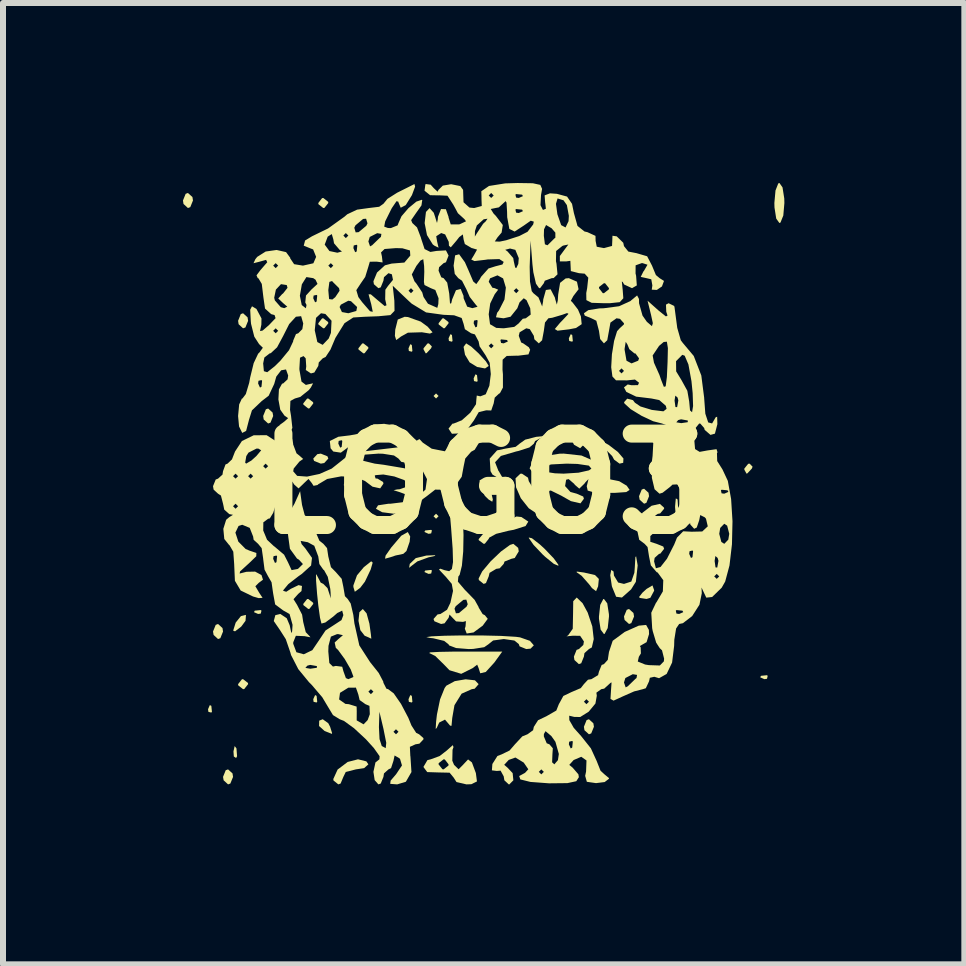
<source format=kicad_pcb>
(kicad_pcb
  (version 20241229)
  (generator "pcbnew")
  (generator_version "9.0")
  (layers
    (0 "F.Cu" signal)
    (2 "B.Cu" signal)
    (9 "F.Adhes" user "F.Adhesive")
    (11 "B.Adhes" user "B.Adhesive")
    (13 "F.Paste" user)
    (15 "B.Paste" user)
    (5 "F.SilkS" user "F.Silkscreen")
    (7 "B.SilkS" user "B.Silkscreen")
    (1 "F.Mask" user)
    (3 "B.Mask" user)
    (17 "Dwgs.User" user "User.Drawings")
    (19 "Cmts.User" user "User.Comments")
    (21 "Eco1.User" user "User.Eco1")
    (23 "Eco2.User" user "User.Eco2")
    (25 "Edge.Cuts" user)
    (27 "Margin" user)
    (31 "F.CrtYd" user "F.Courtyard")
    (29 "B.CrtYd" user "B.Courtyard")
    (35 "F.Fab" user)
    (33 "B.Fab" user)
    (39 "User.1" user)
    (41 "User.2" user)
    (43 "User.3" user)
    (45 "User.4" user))
  (footprint "LOGO3"
    (layer "F.Cu")
    (at 5.013 5.013)
    (property "Reference" "LOGO3" (at 0 0 0) (layer "F.SilkS") (effects (font (size 1.524 1.524) (thickness 0.3))))
    (attr board_only exclude_from_pos_files exclude_from_bom)
    (fp_poly (pts (xy -0.752 -1.462) (xy -0.794 -1.42) (xy -0.836 -1.462) (xy -0.794 -1.504)) (stroke (width 0) (type solid)) (fill yes) (layer "F.SilkS"))
    (fp_poly (pts (xy -0.752 0.543) (xy -0.794 0.585) (xy -0.836 0.543) (xy -0.794 0.501)) (stroke (width 0) (type solid)) (fill yes) (layer "F.SilkS"))
    (fp_poly (pts (xy -4.54 3.704) (xy -4.53 3.803) (xy -4.54 3.816) (xy -4.589 3.804) (xy -4.595 3.76) (xy -4.565 3.691)) (stroke (width 0) (type solid)) (fill yes) (layer "F.SilkS"))
    (fp_poly (pts (xy -4.121 4.413) (xy -4.111 4.543) (xy -4.127 4.573) (xy -4.165 4.548) (xy -4.171 4.463) (xy -4.151 4.374)) (stroke (width 0) (type solid)) (fill yes) (layer "F.SilkS"))
    (fp_poly (pts (xy -3.704 2.117) (xy -3.716 2.166) (xy -3.76 2.172) (xy -3.829 2.142) (xy -3.816 2.117) (xy -3.716 2.107)) (stroke (width 0) (type solid)) (fill yes) (layer "F.SilkS"))
    (fp_poly (pts (xy -2.785 3.537) (xy -2.775 3.636) (xy -2.785 3.648) (xy -2.835 3.637) (xy -2.841 3.593) (xy -2.81 3.524)) (stroke (width 0) (type solid)) (fill yes) (layer "F.SilkS"))
    (fp_poly (pts (xy -1.198 -2.312) (xy -1.188 -2.212) (xy -1.198 -2.2) (xy -1.247 -2.212) (xy -1.253 -2.256) (xy -1.223 -2.325)) (stroke (width 0) (type solid)) (fill yes) (layer "F.SilkS"))
    (fp_poly (pts (xy -1.198 3.537) (xy -1.188 3.636) (xy -1.198 3.648) (xy -1.247 3.637) (xy -1.253 3.593) (xy -1.223 3.524)) (stroke (width 0) (type solid)) (fill yes) (layer "F.SilkS"))
    (fp_poly (pts (xy -0.863 0.78) (xy -0.875 0.829) (xy -0.919 0.836) (xy -0.988 0.805) (xy -0.975 0.78) (xy -0.876 0.77)) (stroke (width 0) (type solid)) (fill yes) (layer "F.SilkS"))
    (fp_poly (pts (xy -0.863 1.448) (xy -0.875 1.498) (xy -0.919 1.504) (xy -0.988 1.473) (xy -0.975 1.448) (xy -0.876 1.438)) (stroke (width 0) (type solid)) (fill yes) (layer "F.SilkS"))
    (fp_poly (pts (xy -0.529 -2.479) (xy -0.519 -2.38) (xy -0.529 -2.367) (xy -0.579 -2.379) (xy -0.585 -2.423) (xy -0.554 -2.492)) (stroke (width 0) (type solid)) (fill yes) (layer "F.SilkS"))
    (fp_poly (pts (xy -0.111 -1.81) (xy -0.101 -1.711) (xy -0.111 -1.699) (xy -0.161 -1.71) (xy -0.167 -1.755) (xy -0.137 -1.823)) (stroke (width 0) (type solid)) (fill yes) (layer "F.SilkS"))
    (fp_poly (pts (xy 1.476 -2.479) (xy 1.486 -2.38) (xy 1.476 -2.367) (xy 1.426 -2.379) (xy 1.42 -2.423) (xy 1.451 -2.492)) (stroke (width 0) (type solid)) (fill yes) (layer "F.SilkS"))
    (fp_poly (pts (xy 4.735 3.203) (xy 4.723 3.253) (xy 4.679 3.259) (xy 4.61 3.228) (xy 4.623 3.203) (xy 4.722 3.193)) (stroke (width 0) (type solid)) (fill yes) (layer "F.SilkS"))
    (fp_poly (pts (xy -4.855 -4.778) (xy -4.846 -4.721) (xy -4.891 -4.61) (xy -4.93 -4.595) (xy -5.004 -4.663) (xy -5.013 -4.721) (xy -4.968 -4.832) (xy -4.93 -4.846)) (stroke (width 0) (type solid)) (fill yes) (layer "F.SilkS"))
    (fp_poly (pts (xy -4.354 2.407) (xy -4.345 2.465) (xy -4.39 2.576) (xy -4.428 2.59) (xy -4.502 2.522) (xy -4.512 2.465) (xy -4.467 2.354) (xy -4.428 2.339)) (stroke (width 0) (type solid)) (fill yes) (layer "F.SilkS"))
    (fp_poly (pts (xy -4.187 4.83) (xy -4.178 4.888) (xy -4.223 4.999) (xy -4.261 5.013) (xy -4.335 4.945) (xy -4.345 4.888) (xy -4.3 4.777) (xy -4.261 4.763)) (stroke (width 0) (type solid)) (fill yes) (layer "F.SilkS"))
    (fp_poly (pts (xy -3.963 2.192) (xy -3.97 2.286) (xy -4.042 2.383) (xy -4.145 2.462) (xy -4.176 2.45) (xy -4.134 2.316) (xy -4.047 2.208) (xy -3.967 2.188)) (stroke (width 0) (type solid)) (fill yes) (layer "F.SilkS"))
    (fp_poly (pts (xy -3.936 -2.773) (xy -3.927 -2.715) (xy -3.972 -2.604) (xy -4.011 -2.59) (xy -4.085 -2.658) (xy -4.094 -2.715) (xy -4.049 -2.827) (xy -4.011 -2.841)) (stroke (width 0) (type solid)) (fill yes) (layer "F.SilkS"))
    (fp_poly (pts (xy -3.929 3.322) (xy -3.927 3.342) (xy -3.991 3.423) (xy -4.011 3.426) (xy -4.092 3.362) (xy -4.094 3.342) (xy -4.03 3.261) (xy -4.011 3.259)) (stroke (width 0) (type solid)) (fill yes) (layer "F.SilkS"))
    (fp_poly (pts (xy -3.519 -1.186) (xy -3.509 -1.128) (xy -3.554 -1.017) (xy -3.593 -1.003) (xy -3.667 -1.07) (xy -3.676 -1.128) (xy -3.631 -1.239) (xy -3.593 -1.253)) (stroke (width 0) (type solid)) (fill yes) (layer "F.SilkS"))
    (fp_poly (pts (xy -2.843 -1.357) (xy -2.841 -1.337) (xy -2.904 -1.256) (xy -2.924 -1.253) (xy -3.005 -1.317) (xy -3.008 -1.337) (xy -2.944 -1.418) (xy -2.924 -1.42)) (stroke (width 0) (type solid)) (fill yes) (layer "F.SilkS"))
    (fp_poly (pts (xy -2.843 1.985) (xy -2.841 2.005) (xy -2.904 2.086) (xy -2.924 2.089) (xy -3.005 2.025) (xy -3.008 2.005) (xy -2.944 1.924) (xy -2.924 1.922)) (stroke (width 0) (type solid)) (fill yes) (layer "F.SilkS"))
    (fp_poly (pts (xy -2.604 -0.456) (xy -2.59 -0.418) (xy -2.658 -0.344) (xy -2.715 -0.334) (xy -2.827 -0.379) (xy -2.841 -0.418) (xy -2.773 -0.492) (xy -2.715 -0.501)) (stroke (width 0) (type solid)) (fill yes) (layer "F.SilkS"))
    (fp_poly (pts (xy -2.593 -4.699) (xy -2.59 -4.679) (xy -2.654 -4.598) (xy -2.674 -4.595) (xy -2.755 -4.659) (xy -2.757 -4.679) (xy -2.694 -4.76) (xy -2.674 -4.763)) (stroke (width 0) (type solid)) (fill yes) (layer "F.SilkS"))
    (fp_poly (pts (xy -2.593 -2.694) (xy -2.59 -2.674) (xy -2.654 -2.593) (xy -2.674 -2.59) (xy -2.755 -2.654) (xy -2.757 -2.674) (xy -2.694 -2.755) (xy -2.674 -2.757)) (stroke (width 0) (type solid)) (fill yes) (layer "F.SilkS"))
    (fp_poly (pts (xy -1.924 -2.276) (xy -1.922 -2.256) (xy -1.985 -2.175) (xy -2.005 -2.172) (xy -2.086 -2.236) (xy -2.089 -2.256) (xy -2.025 -2.337) (xy -2.005 -2.339)) (stroke (width 0) (type solid)) (fill yes) (layer "F.SilkS"))
    (fp_poly (pts (xy -0.864 -2.288) (xy -0.877 -2.256) (xy -0.952 -2.176) (xy -0.966 -2.172) (xy -1.002 -2.237) (xy -1.003 -2.256) (xy -0.938 -2.336) (xy -0.914 -2.339)) (stroke (width 0) (type solid)) (fill yes) (layer "F.SilkS"))
    (fp_poly (pts (xy -0.587 -2.694) (xy -0.585 -2.674) (xy -0.648 -2.593) (xy -0.668 -2.59) (xy -0.75 -2.654) (xy -0.752 -2.674) (xy -0.688 -2.755) (xy -0.668 -2.757)) (stroke (width 0) (type solid)) (fill yes) (layer "F.SilkS"))
    (fp_poly (pts (xy 1.829 3.995) (xy 1.838 4.052) (xy 1.793 4.163) (xy 1.755 4.178) (xy 1.68 4.11) (xy 1.671 4.052) (xy 1.716 3.941) (xy 1.755 3.927)) (stroke (width 0) (type solid)) (fill yes) (layer "F.SilkS"))
    (fp_poly (pts (xy 2.497 2.156) (xy 2.507 2.214) (xy 2.461 2.325) (xy 2.423 2.339) (xy 2.349 2.272) (xy 2.339 2.214) (xy 2.385 2.103) (xy 2.423 2.089)) (stroke (width 0) (type solid)) (fill yes) (layer "F.SilkS"))
    (fp_poly (pts (xy 2.748 0.151) (xy 2.757 0.209) (xy 2.712 0.32) (xy 2.674 0.334) (xy 2.6 0.267) (xy 2.59 0.209) (xy 2.635 0.098) (xy 2.674 0.084)) (stroke (width 0) (type solid)) (fill yes) (layer "F.SilkS"))
    (fp_poly (pts (xy 3.229 0.259) (xy 3.233 0.273) (xy 3.245 0.455) (xy 3.23 0.524) (xy 3.202 0.527) (xy 3.191 0.396) (xy 3.191 0.376) (xy 3.203 0.246)) (stroke (width 0) (type solid)) (fill yes) (layer "F.SilkS"))
    (fp_poly (pts (xy 4.483 -0.283) (xy 4.47 -0.251) (xy 4.395 -0.171) (xy 4.382 -0.167) (xy 4.346 -0.232) (xy 4.345 -0.251) (xy 4.409 -0.331) (xy 4.433 -0.334)) (stroke (width 0) (type solid)) (fill yes) (layer "F.SilkS"))
    (fp_poly (pts (xy -2.591 3.993) (xy -2.56 4.052) (xy -2.527 4.158) (xy -2.53 4.171) (xy -2.612 4.139) (xy -2.653 4.122) (xy -2.744 4.04) (xy -2.742 3.951) (xy -2.683 3.927)) (stroke (width 0) (type solid)) (fill yes) (layer "F.SilkS"))
    (fp_poly (pts (xy -2.103 -0.017) (xy -2.089 0.042) (xy -2.1 0.149) (xy -2.11 0.161) (xy -2.194 0.128) (xy -2.235 0.112) (xy -2.333 0.023) (xy -2.3 -0.063) (xy -2.214 -0.084)) (stroke (width 0) (type solid)) (fill yes) (layer "F.SilkS"))
    (fp_poly (pts (xy -0.815 1.205) (xy -0.919 1.228) (xy -1.106 1.296) (xy -1.197 1.366) (xy -1.243 1.403) (xy -1.232 1.337) (xy -1.132 1.241) (xy -0.954 1.198) (xy -0.805 1.193)) (stroke (width 0) (type solid)) (fill yes) (layer "F.SilkS"))
    (fp_poly (pts (xy 0.056 -0.016) (xy 0.121 0.128) (xy 0.153 0.263) (xy 0.143 0.301) (xy 0.081 0.263) (xy 0.021 0.204) (xy -0.07 0.056) (xy -0.067 -0.057) (xy -0.01 -0.084)) (stroke (width 0) (type solid)) (fill yes) (layer "F.SilkS"))
    (fp_poly (pts (xy 2.841 1.773) (xy 2.841 1.786) (xy 2.778 1.903) (xy 2.715 1.922) (xy 2.604 1.905) (xy 2.59 1.89) (xy 2.646 1.818) (xy 2.715 1.755) (xy 2.814 1.696)) (stroke (width 0) (type solid)) (fill yes) (layer "F.SilkS"))
    (fp_poly (pts (xy -1.85 1.316) (xy -1.884 1.432) (xy -1.98 1.634) (xy -2.058 1.736) (xy -2.148 1.802) (xy -2.172 1.722) (xy -2.172 1.696) (xy -2.112 1.528) (xy -1.998 1.392) (xy -1.875 1.294)) (stroke (width 0) (type solid)) (fill yes) (layer "F.SilkS"))
    (fp_poly (pts (xy -0.21 -2.287) (xy -0.084 -2.172) (xy 0.038 -2.038) (xy 0.084 -1.963) (xy 0.023 -1.921) (xy -0.108 -1.945) (xy -0.234 -2.022) (xy -0.311 -2.149) (xy -0.335 -2.28) (xy -0.292 -2.339)) (stroke (width 0) (type solid)) (fill yes) (layer "F.SilkS"))
    (fp_poly (pts (xy 1.671 1.481) (xy 1.856 1.523) (xy 1.92 1.588) (xy 1.908 1.711) (xy 1.874 1.792) (xy 1.806 1.741) (xy 1.759 1.679) (xy 1.632 1.535) (xy 1.55 1.477) (xy 1.552 1.465)) (stroke (width 0) (type solid)) (fill yes) (layer "F.SilkS"))
    (fp_poly (pts (xy -1.225 0.88) (xy -1.234 0.968) (xy -1.287 1.122) (xy -1.34 1.17) (xy -1.468 1.197) (xy -1.554 1.226) (xy -1.644 1.251) (xy -1.635 1.199) (xy -1.54 1.063) (xy -1.374 0.868) (xy -1.265 0.806)) (stroke (width 0) (type solid)) (fill yes) (layer "F.SilkS"))
    (fp_poly (pts (xy -1.952 2.161) (xy -1.904 2.336) (xy -1.904 2.339) (xy -1.88 2.513) (xy -1.873 2.584) (xy -1.874 2.584) (xy -1.943 2.552) (xy -1.984 2.535) (xy -2.056 2.442) (xy -2.087 2.286) (xy -2.072 2.143) (xy -2.015 2.089)) (stroke (width 0) (type solid)) (fill yes) (layer "F.SilkS"))
    (fp_poly (pts (xy 0.805 0.91) (xy 0.938 1.014) (xy 1.016 1.086) (xy 1.168 1.245) (xy 1.244 1.35) (xy 1.246 1.369) (xy 1.17 1.337) (xy 1.026 1.22) (xy 0.982 1.179) (xy 0.833 1.022) (xy 0.755 0.91) (xy 0.752 0.897)) (stroke (width 0) (type solid)) (fill yes) (layer "F.SilkS"))
    (fp_poly (pts (xy 2.06 1.995) (xy 2.088 2.176) (xy 2.089 2.214) (xy 2.068 2.407) (xy 2.016 2.504) (xy 2.005 2.507) (xy 1.95 2.433) (xy 1.922 2.253) (xy 1.922 2.214) (xy 1.943 2.021) (xy 1.994 1.924) (xy 2.005 1.922)) (stroke (width 0) (type solid)) (fill yes) (layer "F.SilkS"))
    (fp_poly (pts (xy 4.982 -4.939) (xy 5.011 -4.754) (xy 5.013 -4.679) (xy 4.995 -4.47) (xy 4.948 -4.353) (xy 4.93 -4.345) (xy 4.877 -4.419) (xy 4.848 -4.604) (xy 4.846 -4.679) (xy 4.865 -4.888) (xy 4.911 -5.005) (xy 4.93 -5.013)) (stroke (width 0) (type solid)) (fill yes) (layer "F.SilkS"))
    (fp_poly (pts (xy -1.956 4.629) (xy -1.922 4.679) (xy -1.993 4.742) (xy -2.131 4.763) (xy -2.299 4.806) (xy -2.339 4.888) (xy -2.385 4.999) (xy -2.423 5.013) (xy -2.503 4.949) (xy -2.507 4.924) (xy -2.435 4.766) (xy -2.267 4.639) (xy -2.095 4.595)) (stroke (width 0) (type solid)) (fill yes) (layer "F.SilkS"))
    (fp_poly (pts (xy -1.264 -2.778) (xy -1.05 -2.702) (xy -0.935 -2.618) (xy -0.852 -2.523) (xy -0.895 -2.502) (xy -1.03 -2.524) (xy -1.263 -2.517) (xy -1.378 -2.453) (xy -1.458 -2.394) (xy -1.48 -2.464) (xy -1.474 -2.568) (xy -1.432 -2.736) (xy -1.318 -2.782)) (stroke (width 0) (type solid)) (fill yes) (layer "F.SilkS"))
    (fp_poly (pts (xy 0.176 2.984) (xy 0.035 3.139) (xy -0.057 3.161) (xy -0.084 3.075) (xy -0.108 3.017) (xy -0.184 3.075) (xy -0.374 3.17) (xy -0.57 3.11) (xy -0.666 3.011) (xy -0.808 2.872) (xy -0.909 2.823) (xy -0.891 2.812) (xy -0.736 2.804) (xy -0.475 2.799) (xy -0.361 2.799) (xy 0.31 2.799)) (stroke (width 0) (type solid)) (fill yes) (layer "F.SilkS"))
    (fp_poly (pts (xy 0.629 0.556) (xy 0.744 0.632) (xy 0.699 0.706) (xy 0.501 0.769) (xy 0.418 0.784) (xy 0.209 0.836) (xy 0.092 0.9) (xy 0.084 0.92) (xy 0.02 1) (xy 0 1.003) (xy -0.081 0.943) (xy -0.084 0.925) (xy -0.014 0.842) (xy 0.101 0.788) (xy 0.299 0.693) (xy 0.395 0.619) (xy 0.547 0.547)) (stroke (width 0) (type solid)) (fill yes) (layer "F.SilkS"))
    (fp_poly (pts (xy 0.575 1.07) (xy 0.585 1.128) (xy 0.518 1.239) (xy 0.46 1.253) (xy 0.348 1.298) (xy 0.334 1.337) (xy 0.267 1.411) (xy 0.209 1.42) (xy 0.098 1.487) (xy 0.084 1.546) (xy 0.038 1.657) (xy 0 1.671) (xy -0.08 1.607) (xy -0.084 1.581) (xy -0.025 1.463) (xy 0.116 1.295) (xy 0.288 1.131) (xy 0.439 1.021) (xy 0.495 1.003)) (stroke (width 0) (type solid)) (fill yes) (layer "F.SilkS"))
    (fp_poly (pts (xy 2.565 1.35) (xy 2.567 1.365) (xy 2.537 1.636) (xy 2.458 1.762) (xy 2.305 1.898) (xy 2.208 1.885) (xy 2.139 1.716) (xy 2.136 1.703) (xy 2.11 1.526) (xy 2.127 1.438) (xy 2.165 1.464) (xy 2.172 1.532) (xy 2.242 1.648) (xy 2.339 1.671) (xy 2.461 1.632) (xy 2.512 1.486) (xy 2.519 1.4) (xy 2.529 1.225) (xy 2.541 1.21)) (stroke (width 0) (type solid)) (fill yes) (layer "F.SilkS"))
    (fp_poly (pts (xy 1.705 -0.811) (xy 1.893 -0.752) (xy 2.081 -0.648) (xy 2.237 -0.529) (xy 2.33 -0.42) (xy 2.326 -0.348) (xy 2.265 -0.334) (xy 2.174 -0.401) (xy 2.142 -0.46) (xy 2.034 -0.571) (xy 1.973 -0.585) (xy 1.833 -0.647) (xy 1.803 -0.689) (xy 1.748 -0.751) (xy 1.706 -0.689) (xy 1.608 -0.591) (xy 1.506 -0.649) (xy 1.469 -0.721) (xy 1.459 -0.809) (xy 1.549 -0.831)) (stroke (width 0) (type solid)) (fill yes) (layer "F.SilkS"))
    (fp_poly (pts (xy -0.145 3.278) (xy -0.084 3.342) (xy -0.15 3.418) (xy -0.199 3.426) (xy -0.368 3.501) (xy -0.487 3.693) (xy -0.524 3.906) (xy -0.536 4.037) (xy -0.562 4.033) (xy -0.562 4.031) (xy -0.645 3.933) (xy -0.741 3.982) (xy -0.783 4.073) (xy -0.8 4.089) (xy -0.793 3.968) (xy -0.779 3.848) (xy -0.727 3.596) (xy -0.651 3.407) (xy -0.623 3.368) (xy -0.482 3.292) (xy -0.301 3.261)) (stroke (width 0) (type solid)) (fill yes) (layer "F.SilkS"))
    (fp_poly (pts (xy 0.997 -0.781) (xy 0.982 -0.777) (xy 0.858 -0.711) (xy 0.836 -0.666) (xy 0.763 -0.604) (xy 0.583 -0.546) (xy 0.542 -0.537) (xy 0.287 -0.462) (xy 0.19 -0.357) (xy 0.246 -0.214) (xy 0.254 -0.205) (xy 0.31 -0.106) (xy 0.258 -0.084) (xy 0.147 -0.151) (xy 0.114 -0.209) (xy 0.101 -0.418) (xy 0.223 -0.555) (xy 0.366 -0.585) (xy 0.533 -0.614) (xy 0.599 -0.667) (xy 0.693 -0.734) (xy 0.877 -0.781) (xy 1.007 -0.793)) (stroke (width 0) (type solid)) (fill yes) (layer "F.SilkS"))
    (fp_poly (pts (xy 1.649 1.993) (xy 1.734 2.149) (xy 1.811 2.38) (xy 1.835 2.591) (xy 1.803 2.73) (xy 1.755 2.757) (xy 1.68 2.825) (xy 1.671 2.883) (xy 1.626 2.994) (xy 1.587 3.008) (xy 1.513 2.94) (xy 1.504 2.883) (xy 1.549 2.771) (xy 1.587 2.757) (xy 1.661 2.689) (xy 1.671 2.63) (xy 1.608 2.536) (xy 1.483 2.535) (xy 1.381 2.545) (xy 1.408 2.528) (xy 1.485 2.419) (xy 1.49 2.175) (xy 1.493 1.959) (xy 1.551 1.898)) (stroke (width 0) (type solid)) (fill yes) (layer "F.SilkS"))
    (fp_poly (pts (xy -1.472 -0.953) (xy -1.388 -0.898) (xy -1.355 -0.834) (xy -1.439 -0.803) (xy -1.664 -0.794) (xy -1.671 -0.794) (xy -2.02 -0.751) (xy -2.205 -0.648) (xy -2.381 -0.517) (xy -2.507 -0.536) (xy -2.552 -0.59) (xy -2.56 -0.668) (xy -2.423 -0.668) (xy -2.392 -0.6) (xy -2.367 -0.613) (xy -2.357 -0.712) (xy -2.367 -0.724) (xy -2.417 -0.713) (xy -2.423 -0.668) (xy -2.56 -0.668) (xy -2.565 -0.711) (xy -2.423 -0.782) (xy -2.232 -0.805) (xy -2.04 -0.84) (xy -1.94 -0.908) (xy -1.939 -0.91) (xy -1.839 -0.984) (xy -1.658 -0.998)) (stroke (width 0) (type solid)) (fill yes) (layer "F.SilkS"))
    (fp_poly (pts (xy 0.293 2.538) (xy 0.538 2.553) (xy 0.606 2.562) (xy 0.771 2.62) (xy 0.836 2.695) (xy 0.782 2.75) (xy 0.71 2.757) (xy 0.599 2.712) (xy 0.585 2.674) (xy 0.512 2.615) (xy 0.337 2.59) (xy 0.334 2.59) (xy 0.158 2.614) (xy 0.084 2.673) (xy 0.084 2.674) (xy 0.009 2.726) (xy -0.176 2.755) (xy -0.251 2.757) (xy -0.46 2.74) (xy -0.576 2.696) (xy -0.585 2.679) (xy -0.659 2.621) (xy -0.842 2.577) (xy -0.898 2.571) (xy -0.956 2.558) (xy -0.867 2.545) (xy -0.649 2.535) (xy -0.418 2.531) (xy -0.042 2.53)) (stroke (width 0) (type solid)) (fill yes) (layer "F.SilkS"))
    (fp_poly (pts (xy -0.503 4.391) (xy -0.519 4.436) (xy -0.523 4.618) (xy -0.494 4.687) (xy -0.418 4.761) (xy -0.341 4.684) (xy -0.339 4.681) (xy -0.26 4.597) (xy -0.196 4.647) (xy -0.13 4.825) (xy -0.112 4.964) (xy -0.205 5.01) (xy -0.287 5.013) (xy -0.453 4.974) (xy -0.501 4.899) (xy -0.568 4.818) (xy -0.752 4.814) (xy -0.941 4.808) (xy -1.002 4.726) (xy -1.003 4.719) (xy -0.979 4.679) (xy -0.752 4.679) (xy -0.688 4.76) (xy -0.668 4.763) (xy -0.587 4.699) (xy -0.585 4.679) (xy -0.648 4.598) (xy -0.668 4.595) (xy -0.75 4.659) (xy -0.752 4.679) (xy -0.979 4.679) (xy -0.938 4.609) (xy -0.883 4.595) (xy -0.735 4.541) (xy -0.616 4.449) (xy -0.515 4.359)) (stroke (width 0) (type solid)) (fill yes) (layer "F.SilkS"))
    (fp_poly (pts (xy 1.631 -0.469) (xy 1.83 -0.382) (xy 1.907 -0.258) (xy 1.882 -0.171) (xy 1.909 -0.105) (xy 2.048 -0.084) (xy 2.26 -0.041) (xy 2.385 0.034) (xy 2.433 0.104) (xy 2.377 0.14) (xy 2.191 0.153) (xy 2.091 0.154) (xy 1.847 0.148) (xy 1.734 0.115) (xy 1.718 0.042) (xy 1.725 0.016) (xy 1.747 -0.076) (xy 1.696 -0.023) (xy 1.679 0) (xy 1.594 0.083) (xy 1.52 0.019) (xy 1.508 0.002) (xy 1.417 -0.076) (xy 1.375 -0.066) (xy 1.357 0.04) (xy 1.446 0.138) (xy 1.551 0.167) (xy 1.659 0.214) (xy 1.671 0.251) (xy 1.614 0.328) (xy 1.454 0.291) (xy 1.292 0.199) (xy 1.119 0.114) (xy 0.993 0.142) (xy 0.963 0.166) (xy 0.884 0.27) (xy 0.95 0.377) (xy 1.117 0.479) (xy 1.261 0.524) (xy 1.462 0.562) (xy 1.253 0.567) (xy 1.04 0.552) (xy 0.921 0.523) (xy 0.752 0.41) (xy 0.619 0.242) (xy 0.54 0.061) (xy 0.531 -0.089) (xy 0.61 -0.165) (xy 0.638 -0.167) (xy 0.739 -0.1) (xy 0.752 -0.042) (xy 0.819 0.069) (xy 0.877 0.084) (xy 0.992 0.05) (xy 0.956 -0.045) (xy 0.86 -0.128) (xy 0.769 -0.251) (xy 0.919 -0.251) (xy 0.994 -0.203) (xy 1.186 -0.173) (xy 1.332 -0.167) (xy 1.581 -0.183) (xy 1.755 -0.222) (xy 1.796 -0.251) (xy 1.753 -0.301) (xy 1.563 -0.329) (xy 1.384 -0.334) (xy 1.13 -0.321) (xy 0.962 -0.286) (xy 0.919 -0.251) (xy 0.769 -0.251) (xy 0.766 -0.255) (xy 0.817 -0.371) (xy 0.992 -0.458) (xy 1.268 -0.5) (xy 1.337 -0.501)) (stroke (width 0) (type solid)) (fill yes) (layer "F.SilkS"))
    (fp_poly (pts (xy 2.589 -3.079) (xy 2.59 -3.008) (xy 2.648 -2.802) (xy 2.72 -2.699) (xy 2.805 -2.626) (xy 2.82 -2.675) (xy 2.791 -2.81) (xy 2.732 -3.05) (xy 2.915 -2.887) (xy 3.038 -2.788) (xy 3.065 -2.802) (xy 3.044 -2.866) (xy 3.039 -2.985) (xy 3.083 -3.008) (xy 3.175 -2.963) (xy 3.181 -2.945) (xy 3.227 -2.597) (xy 3.286 -2.391) (xy 3.319 -2.347) (xy 3.502 -2.129) (xy 3.628 -1.804) (xy 3.676 -1.43) (xy 3.676 -1.423) (xy 3.695 -1.167) (xy 3.743 -1.021) (xy 3.808 -1.004) (xy 3.868 -1.107) (xy 3.892 -1.116) (xy 3.896 -0.992) (xy 3.855 -0.834) (xy 3.781 -0.813) (xy 3.684 -0.897) (xy 3.676 -0.928) (xy 3.612 -1.001) (xy 3.593 -1.003) (xy 3.534 -0.93) (xy 3.509 -0.755) (xy 3.509 -0.75) (xy 3.524 -0.577) (xy 3.6 -0.53) (xy 3.731 -0.554) (xy 3.882 -0.575) (xy 3.898 -0.524) (xy 3.889 -0.508) (xy 3.893 -0.377) (xy 3.981 -0.237) (xy 4.07 -0.047) (xy 4.125 0.257) (xy 4.148 0.626) (xy 4.139 1.011) (xy 4.098 1.363) (xy 4.026 1.632) (xy 3.968 1.734) (xy 3.809 1.889) (xy 3.711 1.9) (xy 3.652 1.775) (xy 3.632 1.731) (xy 3.636 1.827) (xy 3.597 2.018) (xy 3.476 2.207) (xy 3.321 2.326) (xy 3.259 2.339) (xy 3.208 2.414) (xy 3.178 2.602) (xy 3.175 2.705) (xy 3.141 2.982) (xy 3.05 3.172) (xy 2.924 3.243) (xy 2.844 3.219) (xy 2.77 3.236) (xy 2.757 3.295) (xy 2.703 3.41) (xy 2.653 3.426) (xy 2.508 3.463) (xy 2.322 3.545) (xy 2.165 3.617) (xy 2.114 3.588) (xy 2.123 3.44) (xy 2.132 3.314) (xy 2.339 3.314) (xy 2.367 3.396) (xy 2.402 3.378) (xy 2.528 3.256) (xy 2.548 3.24) (xy 2.557 3.188) (xy 2.486 3.176) (xy 2.362 3.24) (xy 2.339 3.314) (xy 2.132 3.314) (xy 2.132 3.313) (xy 2.114 3.321) (xy 2.114 3.321) (xy 2.009 3.417) (xy 1.96 3.426) (xy 1.879 3.484) (xy 1.886 3.535) (xy 1.863 3.665) (xy 1.751 3.801) (xy 1.609 3.89) (xy 1.509 3.888) (xy 1.426 3.868) (xy 1.428 3.942) (xy 1.502 4.071) (xy 1.624 4.207) (xy 1.787 4.412) (xy 1.883 4.621) (xy 1.948 4.785) (xy 2.014 4.846) (xy 2.088 4.907) (xy 2.089 4.919) (xy 2.017 4.974) (xy 1.873 4.992) (xy 1.72 4.97) (xy 1.692 4.871) (xy 1.707 4.799) (xy 1.714 4.614) (xy 1.627 4.553) (xy 1.5 4.607) (xy 1.427 4.688) (xy 1.483 4.734) (xy 1.579 4.845) (xy 1.587 4.893) (xy 1.544 4.96) (xy 1.396 4.992) (xy 1.112 4.995) (xy 1.086 4.995) (xy 0.779 4.972) (xy 0.611 4.93) (xy 0.592 4.874) (xy 0.689 4.821) (xy 0.705 4.804) (xy 0.919 4.804) (xy 0.961 4.846) (xy 1.003 4.804) (xy 0.961 4.763) (xy 0.919 4.804) (xy 0.705 4.804) (xy 0.744 4.761) (xy 0.668 4.65) (xy 0.529 4.565) (xy 0.418 4.605) (xy 0.342 4.687) (xy 0.397 4.734) (xy 0.483 4.825) (xy 0.495 4.945) (xy 0.428 5.013) (xy 0.418 5.013) (xy 0.345 4.945) (xy 0.334 4.879) (xy 0.282 4.784) (xy 0.218 4.789) (xy 0.137 4.779) (xy 0.145 4.673) (xy 0.229 4.54) (xy 0.301 4.512) (xy 0.432 4.448) (xy 0.521 4.345) (xy 0.643 4.214) (xy 0.643 4.213) (xy 1.003 4.213) (xy 1.051 4.328) (xy 1.096 4.345) (xy 1.153 4.411) (xy 1.146 4.512) (xy 1.141 4.645) (xy 1.178 4.679) (xy 1.238 4.609) (xy 1.253 4.506) (xy 1.208 4.345) (xy 1.42 4.345) (xy 1.451 4.414) (xy 1.476 4.4) (xy 1.486 4.301) (xy 1.476 4.289) (xy 1.426 4.301) (xy 1.42 4.345) (xy 1.208 4.345) (xy 1.196 4.303) (xy 1.128 4.207) (xy 1.031 4.126) (xy 1.004 4.173) (xy 1.003 4.213) (xy 0.643 4.213) (xy 0.73 4.178) (xy 0.824 4.11) (xy 0.836 4.054) (xy 0.907 3.943) (xy 1.044 3.878) (xy 1.211 3.782) (xy 1.253 3.676) (xy 1.276 3.635) (xy 1.671 3.635) (xy 1.713 3.676) (xy 1.755 3.635) (xy 1.713 3.593) (xy 1.671 3.635) (xy 1.276 3.635) (xy 1.328 3.539) (xy 1.462 3.475) (xy 1.619 3.408) (xy 1.671 3.341) (xy 1.739 3.268) (xy 1.796 3.259) (xy 1.907 3.192) (xy 1.922 3.133) (xy 1.967 3.022) (xy 2.005 3.008) (xy 2.069 2.937) (xy 2.089 2.805) (xy 2.151 2.619) (xy 2.352 2.471) (xy 2.585 2.367) (xy 2.708 2.355) (xy 2.754 2.437) (xy 2.757 2.507) (xy 2.716 2.642) (xy 2.66 2.674) (xy 2.604 2.707) (xy 2.617 2.729) (xy 2.621 2.83) (xy 2.587 2.886) (xy 2.569 2.965) (xy 2.692 3.015) (xy 2.755 3.025) (xy 2.937 3.031) (xy 3.004 2.962) (xy 3.008 2.917) (xy 2.973 2.778) (xy 2.936 2.743) (xy 2.876 2.651) (xy 2.818 2.457) (xy 2.809 2.41) (xy 2.794 2.152) (xy 2.81 2.117) (xy 3.203 2.117) (xy 3.214 2.166) (xy 3.259 2.172) (xy 3.327 2.142) (xy 3.314 2.117) (xy 3.215 2.107) (xy 3.203 2.117) (xy 2.81 2.117) (xy 2.873 1.985) (xy 2.88 1.978) (xy 2.987 1.796) (xy 2.994 1.609) (xy 2.948 1.546) (xy 3.843 1.546) (xy 3.885 1.587) (xy 3.927 1.546) (xy 3.885 1.504) (xy 3.843 1.546) (xy 2.948 1.546) (xy 2.901 1.482) (xy 2.883 1.474) (xy 2.787 1.362) (xy 2.757 1.214) (xy 2.732 1.056) (xy 2.683 1.003) (xy 2.593 0.935) (xy 2.559 0.775) (xy 2.586 0.593) (xy 2.648 0.484) (xy 2.799 0.368) (xy 2.937 0.337) (xy 3.007 0.4) (xy 3.008 0.418) (xy 2.942 0.496) (xy 2.903 0.503) (xy 2.859 0.532) (xy 2.924 0.588) (xy 3.003 0.665) (xy 2.936 0.738) (xy 2.903 0.758) (xy 2.778 0.873) (xy 2.778 0.969) (xy 2.883 1.003) (xy 2.994 1.048) (xy 3.008 1.086) (xy 2.944 1.167) (xy 2.924 1.17) (xy 2.85 1.237) (xy 2.841 1.295) (xy 2.871 1.41) (xy 2.948 1.389) (xy 3.027 1.288) (xy 3.85 1.288) (xy 3.865 1.396) (xy 3.894 1.398) (xy 3.914 1.286) (xy 3.9 1.238) (xy 3.863 1.206) (xy 3.85 1.288) (xy 3.027 1.288) (xy 3.056 1.251) (xy 3.097 1.17) (xy 3.426 1.17) (xy 3.456 1.239) (xy 3.481 1.225) (xy 3.491 1.126) (xy 3.481 1.114) (xy 3.432 1.126) (xy 3.426 1.17) (xy 3.097 1.17) (xy 3.176 1.015) (xy 3.223 0.899) (xy 3.285 0.836) (xy 3.927 0.836) (xy 3.962 0.971) (xy 4.011 1.003) (xy 4.078 0.933) (xy 4.094 0.836) (xy 4.059 0.7) (xy 4.011 0.668) (xy 3.943 0.738) (xy 3.927 0.836) (xy 3.285 0.836) (xy 3.326 0.794) (xy 3.468 0.801) (xy 3.644 0.797) (xy 3.736 0.711) (xy 3.706 0.584) (xy 3.686 0.561) (xy 3.61 0.523) (xy 3.593 0.61) (xy 3.552 0.731) (xy 3.509 0.752) (xy 3.445 0.681) (xy 3.426 0.553) (xy 3.386 0.323) (xy 3.319 0.147) (xy 3.295 0.111) (xy 3.955 0.111) (xy 3.966 0.161) (xy 4.011 0.167) (xy 4.079 0.137) (xy 4.066 0.111) (xy 3.967 0.101) (xy 3.955 0.111) (xy 3.295 0.111) (xy 3.229 0.012) (xy 3.148 0.016) (xy 3.107 0.054) (xy 2.983 0.151) (xy 2.931 0.167) (xy 2.849 0.093) (xy 2.804 -0.098) (xy 2.803 -0.356) (xy 2.816 -0.464) (xy 2.827 -0.668) (xy 3.175 -0.668) (xy 3.206 -0.6) (xy 3.231 -0.613) (xy 3.241 -0.712) (xy 3.231 -0.724) (xy 3.181 -0.713) (xy 3.175 -0.668) (xy 2.827 -0.668) (xy 2.827 -0.678) (xy 2.76 -0.785) (xy 2.726 -0.801) (xy 2.609 -0.886) (xy 2.59 -0.934) (xy 2.651 -0.974) (xy 2.79 -0.95) (xy 2.941 -0.881) (xy 3.028 -0.803) (xy 3.078 -0.781) (xy 3.09 -0.856) (xy 3.036 -0.98) (xy 2.973 -1.003) (xy 2.895 -1.023) (xy 3.211 -1.023) (xy 3.293 -1.009) (xy 3.402 -1.025) (xy 3.403 -1.053) (xy 3.291 -1.073) (xy 3.243 -1.06) (xy 3.211 -1.023) (xy 2.895 -1.023) (xy 2.825 -1.041) (xy 2.631 -1.132) (xy 2.451 -1.242) (xy 2.347 -1.337) (xy 2.34 -1.358) (xy 2.393 -1.417) (xy 2.489 -1.392) (xy 2.521 -1.35) (xy 2.614 -1.287) (xy 2.802 -1.23) (xy 2.816 -1.228) (xy 2.996 -1.206) (xy 3.049 -1.247) (xy 3.037 -1.298) (xy 2.936 -1.386) (xy 3.182 -1.386) (xy 3.197 -1.277) (xy 3.225 -1.276) (xy 3.245 -1.388) (xy 3.232 -1.436) (xy 3.195 -1.468) (xy 3.182 -1.386) (xy 2.936 -1.386) (xy 2.926 -1.394) (xy 2.797 -1.42) (xy 2.542 -1.451) (xy 2.378 -1.53) (xy 2.339 -1.605) (xy 2.401 -1.654) (xy 2.465 -1.641) (xy 2.572 -1.643) (xy 2.59 -1.683) (xy 2.522 -1.736) (xy 2.39 -1.722) (xy 2.206 -1.723) (xy 2.146 -1.787) (xy 2.134 -1.88) (xy 2.256 -1.88) (xy 2.298 -1.838) (xy 2.339 -1.88) (xy 2.298 -1.922) (xy 2.256 -1.88) (xy 2.134 -1.88) (xy 2.126 -1.941) (xy 2.138 -2.158) (xy 2.151 -2.235) (xy 2.349 -2.235) (xy 2.381 -2.05) (xy 2.465 -2.005) (xy 2.576 -2.05) (xy 2.59 -2.089) (xy 2.555 -2.137) (xy 2.817 -2.137) (xy 2.839 -2.017) (xy 2.93 -1.813) (xy 2.957 -1.734) (xy 3.004 -1.614) (xy 3.034 -1.623) (xy 3.054 -1.776) (xy 3.065 -2.014) (xy 3.066 -2.042) (xy 3.207 -2.042) (xy 3.209 -1.872) (xy 3.296 -1.729) (xy 3.395 -1.549) (xy 3.426 -1.371) (xy 3.44 -1.222) (xy 3.474 -1.191) (xy 3.491 -1.294) (xy 3.484 -1.509) (xy 3.464 -1.709) (xy 3.413 -1.988) (xy 3.351 -2.133) (xy 3.311 -2.148) (xy 3.207 -2.042) (xy 3.066 -2.042) (xy 3.071 -2.26) (xy 3.054 -2.367) (xy 3.001 -2.362) (xy 2.924 -2.297) (xy 2.817 -2.137) (xy 2.555 -2.137) (xy 2.531 -2.17) (xy 2.513 -2.172) (xy 2.429 -2.241) (xy 2.397 -2.319) (xy 2.368 -2.365) (xy 2.35 -2.254) (xy 2.349 -2.235) (xy 2.151 -2.235) (xy 2.174 -2.379) (xy 2.224 -2.542) (xy 2.267 -2.59) (xy 2.337 -2.654) (xy 2.339 -2.674) (xy 2.272 -2.748) (xy 2.214 -2.757) (xy 2.113 -2.685) (xy 2.089 -2.548) (xy 2.06 -2.391) (xy 2.005 -2.339) (xy 1.942 -2.411) (xy 1.922 -2.548) (xy 1.878 -2.716) (xy 1.796 -2.757) (xy 1.685 -2.802) (xy 1.671 -2.841) (xy 1.745 -2.893) (xy 1.93 -2.922) (xy 1.999 -2.924) (xy 2.258 -2.958) (xy 2.446 -3.044) (xy 2.459 -3.056) (xy 2.558 -3.138)) (stroke (width 0) (type solid)) (fill yes) (layer "F.SilkS"))
    (fp_poly (pts (xy -3.45 -0.7) (xy -3.449 -0.7) (xy -3.353 -0.597) (xy -3.282 -0.631) (xy -3.257 -0.669) (xy -3.193 -0.747) (xy -3.177 -0.672) (xy -3.176 -0.654) (xy -3.12 -0.506) (xy -3.071 -0.467) (xy -3.009 -0.412) (xy -3.071 -0.369) (xy -3.167 -0.252) (xy -3.175 -0.206) (xy -3.109 -0.13) (xy -2.945 -0.118) (xy -2.736 -0.162) (xy -2.534 -0.251) (xy -2.408 -0.351) (xy -2.298 -0.439) (xy -2.08 -0.439) (xy -2.018 -0.384) (xy -1.815 -0.334) (xy -1.666 -0.315) (xy -1.322 -0.257) (xy -1.14 -0.166) (xy -1.119 -0.039) (xy -1.167 0.038) (xy -1.229 0.139) (xy -1.161 0.167) (xy -1.143 0.167) (xy -1.002 0.129) (xy -0.97 0.098) (xy -0.945 -0.076) (xy -1.018 -0.216) (xy -0.578 -0.216) (xy -0.563 -0.107) (xy -0.534 -0.106) (xy -0.514 -0.218) (xy -0.528 -0.266) (xy -0.565 -0.298) (xy -0.578 -0.216) (xy -1.018 -0.216) (xy -1.033 -0.243) (xy -1.191 -0.332) (xy -1.221 -0.334) (xy -1.374 -0.364) (xy -1.42 -0.418) (xy -1.495 -0.47) (xy -1.68 -0.499) (xy -1.755 -0.501) (xy -1.995 -0.483) (xy -2.08 -0.439) (xy -2.298 -0.439) (xy -2.266 -0.464) (xy -2.053 -0.532) (xy -1.731 -0.57) (xy -1.449 -0.603) (xy -1.236 -0.653) (xy -1.149 -0.7) (xy -1.07 -0.743) (xy -1.016 -0.685) (xy -0.866 -0.583) (xy -0.632 -0.537) (xy -0.39 -0.551) (xy -0.216 -0.632) (xy -0.215 -0.633) (xy -0.115 -0.7) (xy -0.084 -0.672) (xy -0.15 -0.565) (xy -0.209 -0.532) (xy -0.307 -0.419) (xy -0.334 -0.288) (xy -0.366 -0.115) (xy -0.418 -0.042) (xy -0.485 0.065) (xy -0.497 0.213) (xy -0.453 0.321) (xy -0.418 0.334) (xy -0.374 0.409) (xy -0.346 0.6) (xy -0.336 0.857) (xy -0.341 1.129) (xy -0.363 1.367) (xy -0.401 1.521) (xy -0.422 1.548) (xy -0.43 1.633) (xy -0.31 1.774) (xy -0.297 1.786) (xy -0.151 1.937) (xy -0.084 2.057) (xy -0.084 2.064) (xy -0.017 2.174) (xy 0.02 2.193) (xy 0.068 2.253) (xy -0.016 2.367) (xy -0.169 2.48) (xy -0.283 2.498) (xy -0.314 2.418) (xy -0.302 2.377) (xy -0.296 2.291) (xy -0.345 2.304) (xy -0.46 2.296) (xy -0.509 2.246) (xy -0.57 2.181) (xy -0.584 2.235) (xy -0.652 2.328) (xy -0.71 2.339) (xy -0.821 2.294) (xy -0.836 2.256) (xy -0.769 2.18) (xy -0.72 2.172) (xy -0.611 2.102) (xy -0.602 2.084) (xy -0.486 2.084) (xy -0.463 2.161) (xy -0.413 2.157) (xy -0.286 2.051) (xy -0.266 2.01) (xy -0.289 1.933) (xy -0.339 1.937) (xy -0.466 2.043) (xy -0.486 2.084) (xy -0.602 2.084) (xy -0.554 1.984) (xy -0.511 1.788) (xy -0.532 1.67) (xy -0.636 1.547) (xy -0.648 1.535) (xy -0.745 1.431) (xy -0.723 1.417) (xy -0.649 1.443) (xy -0.575 1.459) (xy -0.53 1.422) (xy -0.511 1.307) (xy -0.517 1.087) (xy -0.543 0.737) (xy -0.558 0.564) (xy -0.607 0.254) (xy -0.687 0.101) (xy -0.808 0.099) (xy -0.949 0.209) (xy -1.09 0.312) (xy -1.164 0.334) (xy -1.25 0.394) (xy -1.253 0.418) (xy -1.326 0.477) (xy -1.499 0.501) (xy -1.692 0.476) (xy -1.796 0.418) (xy -1.761 0.361) (xy -1.591 0.335) (xy -1.551 0.334) (xy -1.345 0.309) (xy -1.256 0.249) (xy -1.301 0.178) (xy -1.4 0.141) (xy -1.502 0.109) (xy -1.443 0.096) (xy -1.4 0.093) (xy -1.275 0.049) (xy -1.253 0.007) (xy -1.324 -0.06) (xy -1.489 -0.12) (xy -1.673 -0.153) (xy -1.803 -0.142) (xy -1.816 -0.133) (xy -1.802 -0.087) (xy -1.769 -0.084) (xy -1.677 -0.028) (xy -1.671 0) (xy -1.725 0.078) (xy -1.853 0.05) (xy -1.978 -0.044) (xy -2.14 -0.113) (xy -2.376 -0.122) (xy -2.609 -0.078) (xy -2.762 0.013) (xy -2.768 0.022) (xy -2.836 0.036) (xy -2.866 -0.011) (xy -2.92 -0.079) (xy -3.002 -0.002) (xy -3.003 0) (xy -3.086 0.079) (xy -3.16 0.013) (xy -3.181 -0.021) (xy -3.296 -0.147) (xy -3.392 -0.147) (xy -3.426 -0.042) (xy -3.374 0.069) (xy -3.329 0.084) (xy -3.299 0.132) (xy -3.371 0.236) (xy -3.479 0.392) (xy -3.509 0.487) (xy -3.565 0.579) (xy -3.593 0.585) (xy -3.673 0.644) (xy -3.675 0.781) (xy -3.611 0.935) (xy -3.496 1.043) (xy -3.491 1.045) (xy -3.327 1.184) (xy -3.261 1.313) (xy -3.202 1.441) (xy -3.101 1.422) (xy -3.091 1.416) (xy -3.013 1.34) (xy -3.08 1.267) (xy -3.112 1.248) (xy -3.23 1.085) (xy -3.259 0.873) (xy -3.28 0.682) (xy -3.332 0.587) (xy -3.342 0.585) (xy -3.416 0.517) (xy -3.426 0.46) (xy -3.38 0.352) (xy -3.295 0.348) (xy -3.253 0.439) (xy -3.222 0.451) (xy -3.155 0.336) (xy -3.154 0.334) (xy -3.06 0.125) (xy -3.028 0.355) (xy -2.984 0.522) (xy -2.928 0.585) (xy -2.858 0.656) (xy -2.806 0.794) (xy -2.739 0.95) (xy -2.672 1.003) (xy -2.611 1.074) (xy -2.59 1.214) (xy -2.546 1.392) (xy -2.465 1.474) (xy -2.367 1.586) (xy -2.339 1.722) (xy -2.313 1.875) (xy -2.267 1.922) (xy -2.217 1.997) (xy -2.173 2.188) (xy -2.155 2.329) (xy -2.073 2.696) (xy -1.894 2.974) (xy -1.893 2.975) (xy -1.75 3.155) (xy -1.674 3.299) (xy -1.671 3.32) (xy -1.621 3.418) (xy -1.592 3.426) (xy -1.5 3.495) (xy -1.378 3.671) (xy -1.256 3.903) (xy -1.204 4.031) (xy -1.125 4.154) (xy -1.076 4.178) (xy -1.005 4.241) (xy -1.003 4.261) (xy -1.071 4.334) (xy -1.137 4.345) (xy -1.23 4.387) (xy -1.223 4.538) (xy -1.221 4.547) (xy -1.204 4.807) (xy -1.297 4.969) (xy -1.442 5.013) (xy -1.558 5.004) (xy -1.551 4.95) (xy -1.46 4.844) (xy -1.362 4.697) (xy -1.394 4.589) (xy -1.406 4.577) (xy -1.485 4.531) (xy -1.504 4.62) (xy -1.544 4.742) (xy -1.587 4.763) (xy -1.662 4.83) (xy -1.671 4.888) (xy -1.716 4.999) (xy -1.755 5.013) (xy -1.817 4.942) (xy -1.838 4.804) (xy -1.804 4.647) (xy -1.738 4.595) (xy -1.735 4.543) (xy -1.831 4.407) (xy -1.963 4.261) (xy -2.162 4.076) (xy -2.186 4.059) (xy -1.746 4.059) (xy -1.736 4.258) (xy -1.699 4.373) (xy -1.633 4.409) (xy -1.624 4.32) (xy -1.661 4.136) (xy -1.504 4.136) (xy -1.462 4.178) (xy -1.42 4.136) (xy -1.462 4.094) (xy -1.504 4.136) (xy -1.661 4.136) (xy -1.669 4.094) (xy -1.738 3.802) (xy -1.746 4.059) (xy -2.186 4.059) (xy -2.329 3.955) (xy -2.4 3.927) (xy -2.512 3.858) (xy -2.584 3.739) (xy -2.669 3.597) (xy -2.41 3.597) (xy -2.305 3.671) (xy -2.247 3.676) (xy -2.118 3.716) (xy -2.116 3.793) (xy -2.117 3.946) (xy -2.004 4.011) (xy -2.001 4.011) (xy -1.934 3.941) (xy -1.898 3.843) (xy -1.904 3.704) (xy -1.971 3.676) (xy -2.068 3.607) (xy -2.089 3.517) (xy -2.106 3.467) (xy -1.922 3.467) (xy -1.88 3.509) (xy -1.838 3.467) (xy -1.88 3.426) (xy -1.922 3.467) (xy -2.106 3.467) (xy -2.13 3.4) (xy -2.256 3.401) (xy -2.395 3.487) (xy -2.41 3.597) (xy -2.669 3.597) (xy -2.691 3.56) (xy -2.866 3.355) (xy -2.912 3.309) (xy -3.091 3.091) (xy -3.101 3.071) (xy -2.972 3.071) (xy -2.89 3.085) (xy -2.781 3.069) (xy -2.78 3.041) (xy -2.892 3.021) (xy -2.94 3.034) (xy -2.972 3.071) (xy -3.101 3.071) (xy -3.211 2.857) (xy -3.223 2.813) (xy -3.299 2.592) (xy -3.394 2.443) (xy -3.499 2.29) (xy -3.473 2.192) (xy -3.39 2.172) (xy -3.283 2.243) (xy -3.234 2.36) (xy -3.206 2.492) (xy -3.193 2.461) (xy -3.186 2.353) (xy -3.236 2.173) (xy -3.342 2.113) (xy -3.476 2.013) (xy -3.509 1.833) (xy -3.516 1.786) (xy -3.342 1.786) (xy -3.291 1.802) (xy -3.215 1.753) (xy -3.086 1.691) (xy -3.029 1.705) (xy -3.037 1.79) (xy -3.093 1.839) (xy -3.17 1.926) (xy -3.112 2.018) (xy -3.027 2.183) (xy -3.008 2.307) (xy -2.966 2.475) (xy -2.903 2.541) (xy -2.888 2.561) (xy -2.987 2.542) (xy -3.131 2.536) (xy -3.174 2.643) (xy -3.175 2.668) (xy -3.122 2.81) (xy -2.999 2.844) (xy -2.899 2.796) (xy -2.59 2.796) (xy -2.573 2.99) (xy -2.513 3.049) (xy -2.465 3.038) (xy -2.358 3.052) (xy -2.339 3.124) (xy -2.297 3.241) (xy -2.256 3.259) (xy -2.175 3.225) (xy -2.172 3.216) (xy -2.216 3.097) (xy -2.316 2.924) (xy -2.425 2.775) (xy -2.465 2.736) (xy -2.484 2.648) (xy -2.423 2.591) (xy -2.346 2.526) (xy -2.424 2.508) (xy -2.444 2.508) (xy -2.547 2.55) (xy -2.587 2.704) (xy -2.59 2.796) (xy -2.899 2.796) (xy -2.857 2.776) (xy -2.754 2.624) (xy -2.636 2.447) (xy -2.506 2.363) (xy -2.37 2.274) (xy -2.339 2.191) (xy -2.359 2.116) (xy -2.44 2.156) (xy -2.507 2.215) (xy -2.639 2.314) (xy -2.704 2.332) (xy -2.728 2.237) (xy -2.757 2.027) (xy -2.777 1.838) (xy -2.794 1.617) (xy -2.795 1.508) (xy -2.782 1.525) (xy -2.717 1.649) (xy -2.673 1.671) (xy -2.603 1.742) (xy -2.565 1.859) (xy -2.549 1.912) (xy -2.552 1.816) (xy -2.557 1.755) (xy -2.599 1.553) (xy -2.662 1.44) (xy -2.672 1.435) (xy -2.739 1.34) (xy -2.757 1.214) (xy -2.824 1.035) (xy -2.932 0.976) (xy -3.051 0.954) (xy -3.035 1.007) (xy -2.974 1.078) (xy -2.862 1.237) (xy -2.877 1.364) (xy -3.031 1.504) (xy -3.091 1.546) (xy -3.257 1.675) (xy -3.34 1.775) (xy -3.342 1.786) (xy -3.516 1.786) (xy -3.536 1.644) (xy -3.593 1.546) (xy -3.653 1.433) (xy -3.676 1.253) (xy -3.509 1.253) (xy -3.479 1.322) (xy -3.454 1.309) (xy -3.444 1.21) (xy -3.454 1.198) (xy -3.503 1.209) (xy -3.509 1.253) (xy -3.676 1.253) (xy -3.676 1.248) (xy -3.701 1.075) (xy -3.76 1.003) (xy -3.835 0.935) (xy -3.843 0.882) (xy -3.9 0.737) (xy -4.025 0.685) (xy -4.086 0.705) (xy -4.139 0.816) (xy -4.09 0.966) (xy -3.968 1.089) (xy -3.902 1.117) (xy -3.789 1.155) (xy -3.791 1.21) (xy -3.912 1.327) (xy -3.931 1.344) (xy -4.061 1.463) (xy -4.068 1.498) (xy -3.957 1.47) (xy -3.955 1.469) (xy -3.81 1.466) (xy -3.704 1.523) (xy -3.679 1.601) (xy -3.749 1.653) (xy -3.806 1.71) (xy -3.743 1.817) (xy -3.686 1.903) (xy -3.75 1.908) (xy -3.844 1.881) (xy -4.051 1.781) (xy -4.147 1.619) (xy -4.159 1.348) (xy -4.159 1.343) (xy -4.174 1.134) (xy -4.238 1.025) (xy -4.243 1.023) (xy -4.324 0.922) (xy -4.34 0.753) (xy -4.293 0.602) (xy -4.24 0.557) (xy -4.179 0.519) (xy -4.24 0.508) (xy -4.325 0.432) (xy -4.336 0.376) (xy -4.178 0.376) (xy -4.136 0.418) (xy -4.094 0.376) (xy -4.136 0.334) (xy -4.178 0.376) (xy -4.336 0.376) (xy -4.345 0.334) (xy -4.38 0.198) (xy -4.428 0.167) (xy -4.502 0.099) (xy -4.512 0.042) (xy -4.467 -0.069) (xy -4.428 -0.084) (xy -4.383 -0.125) (xy -4.178 -0.125) (xy -4.136 -0.084) (xy -4.094 -0.125) (xy -3.927 -0.125) (xy -3.885 -0.084) (xy -3.843 -0.125) (xy -3.885 -0.167) (xy -3.927 -0.125) (xy -4.094 -0.125) (xy -4.136 -0.167) (xy -4.178 -0.125) (xy -4.383 -0.125) (xy -4.354 -0.151) (xy -4.345 -0.209) (xy -4.314 -0.292) (xy -3.676 -0.292) (xy -3.635 -0.251) (xy -3.593 -0.292) (xy -3.635 -0.334) (xy -3.676 -0.292) (xy -4.314 -0.292) (xy -4.304 -0.32) (xy -4.27 -0.334) (xy -4.252 -0.351) (xy -3.976 -0.351) (xy -3.96 -0.334) (xy -3.872 -0.386) (xy -3.79 -0.46) (xy -3.709 -0.556) (xy -3.754 -0.584) (xy -3.787 -0.585) (xy -3.921 -0.517) (xy -3.957 -0.46) (xy -3.976 -0.351) (xy -4.252 -0.351) (xy -4.196 -0.405) (xy -4.145 -0.536) (xy -4.03 -0.711) (xy -3.833 -0.807) (xy -3.618 -0.808)) (stroke (width 0) (type solid)) (fill yes) (layer "F.SilkS"))
    (fp_poly (pts (xy 0.82 -5.008) (xy 0.944 -4.981) (xy 0.974 -4.914) (xy 0.956 -4.813) (xy 0.947 -4.643) (xy 0.988 -4.563) (xy 1.037 -4.583) (xy 1.028 -4.665) (xy 1.205 -4.665) (xy 1.229 -4.491) (xy 1.292 -4.31) (xy 1.365 -4.271) (xy 1.415 -4.376) (xy 1.42 -4.465) (xy 1.387 -4.644) (xy 1.331 -4.724) (xy 1.232 -4.755) (xy 1.205 -4.665) (xy 1.028 -4.665) (xy 1.025 -4.685) (xy 1.016 -4.806) (xy 1.105 -4.84) (xy 1.221 -4.832) (xy 1.39 -4.786) (xy 1.473 -4.665) (xy 1.504 -4.512) (xy 1.564 -4.297) (xy 1.681 -4.204) (xy 1.729 -4.193) (xy 1.864 -4.131) (xy 1.866 -4.047) (xy 1.885 -3.95) (xy 2.005 -3.927) (xy 2.14 -3.963) (xy 2.144 -4.048) (xy 2.147 -4.133) (xy 2.218 -4.123) (xy 2.327 -4.016) (xy 2.339 -3.96) (xy 2.412 -3.869) (xy 2.547 -3.843) (xy 2.725 -3.791) (xy 2.806 -3.635) (xy 2.871 -3.478) (xy 2.933 -3.426) (xy 3.006 -3.38) (xy 2.972 -3.288) (xy 2.887 -3.23) (xy 2.802 -3.234) (xy 2.812 -3.305) (xy 2.794 -3.407) (xy 2.714 -3.426) (xy 2.618 -3.447) (xy 2.662 -3.536) (xy 2.674 -3.551) (xy 2.731 -3.65) (xy 2.65 -3.676) (xy 2.633 -3.676) (xy 2.533 -3.64) (xy 2.532 -3.504) (xy 2.541 -3.467) (xy 2.553 -3.305) (xy 2.473 -3.259) (xy 2.342 -3.32) (xy 2.317 -3.363) (xy 2.303 -3.37) (xy 2.316 -3.244) (xy 2.317 -3.238) (xy 2.328 -3.091) (xy 2.269 -3.026) (xy 2.1 -3.008) (xy 2.014 -3.008) (xy 1.8 -3.015) (xy 1.712 -3.06) (xy 1.71 -3.178) (xy 1.725 -3.259) (xy 1.922 -3.259) (xy 1.985 -3.177) (xy 2.005 -3.175) (xy 2.086 -3.239) (xy 2.089 -3.259) (xy 2.025 -3.34) (xy 2.005 -3.342) (xy 1.924 -3.279) (xy 1.922 -3.259) (xy 1.725 -3.259) (xy 1.744 -3.434) (xy 1.684 -3.501) (xy 1.589 -3.509) (xy 1.453 -3.544) (xy 1.449 -3.63) (xy 1.445 -3.715) (xy 1.374 -3.705) (xy 1.27 -3.705) (xy 1.27 -3.795) (xy 1.358 -3.915) (xy 1.412 -3.987) (xy 1.33 -3.97) (xy 1.312 -3.963) (xy 1.208 -3.879) (xy 1.205 -3.71) (xy 1.214 -3.666) (xy 1.231 -3.49) (xy 1.167 -3.428) (xy 1.135 -3.426) (xy 1.019 -3.383) (xy 1.003 -3.342) (xy 0.942 -3.261) (xy 0.924 -3.259) (xy 0.872 -3.334) (xy 0.828 -3.524) (xy 0.813 -3.655) (xy 0.782 -4.052) (xy 0.767 -3.614) (xy 0.772 -3.369) (xy 0.801 -3.21) (xy 0.829 -3.175) (xy 0.913 -3.106) (xy 0.945 -3.029) (xy 0.975 -2.954) (xy 0.991 -3.04) (xy 0.993 -3.071) (xy 1.037 -3.229) (xy 1.116 -3.24) (xy 1.187 -3.103) (xy 1.194 -3.071) (xy 1.22 -2.985) (xy 1.236 -3.058) (xy 1.242 -3.154) (xy 1.274 -3.348) (xy 1.366 -3.421) (xy 1.42 -3.426) (xy 1.555 -3.367) (xy 1.582 -3.241) (xy 1.495 -3.128) (xy 1.453 -3.049) (xy 1.484 -3.018) (xy 1.572 -2.903) (xy 1.621 -2.788) (xy 1.634 -2.659) (xy 1.539 -2.595) (xy 1.423 -2.573) (xy 1.231 -2.55) (xy 1.186 -2.578) (xy 1.273 -2.682) (xy 1.316 -2.726) (xy 1.414 -2.831) (xy 1.39 -2.844) (xy 1.309 -2.815) (xy 1.143 -2.766) (xy 1.079 -2.757) (xy 1.022 -2.686) (xy 1.003 -2.548) (xy 0.974 -2.391) (xy 0.919 -2.339) (xy 0.845 -2.407) (xy 0.836 -2.465) (xy 0.769 -2.576) (xy 0.71 -2.59) (xy 0.599 -2.523) (xy 0.585 -2.465) (xy 0.625 -2.354) (xy 0.659 -2.339) (xy 0.753 -2.274) (xy 0.775 -2.232) (xy 0.747 -2.155) (xy 0.571 -2.133) (xy 0.554 -2.134) (xy 0.384 -2.129) (xy 0.316 -2.067) (xy 0.314 -1.901) (xy 0.321 -1.823) (xy 0.321 -1.602) (xy 0.27 -1.506) (xy 0.259 -1.504) (xy 0.184 -1.434) (xy 0.167 -1.339) (xy 0.126 -1.22) (xy 0.043 -1.223) (xy -0.082 -1.193) (xy -0.164 -1.053) (xy -0.263 -0.918) (xy -0.403 -0.838) (xy -0.529 -0.832) (xy -0.585 -0.916) (xy -0.585 -0.919) (xy -0.521 -1) (xy -0.498 -1.003) (xy -0.364 -1.057) (xy -0.223 -1.183) (xy -0.128 -1.324) (xy -0.121 -1.413) (xy -0.115 -1.469) (xy -0.056 -1.456) (xy 0.034 -1.49) (xy 0.095 -1.633) (xy 0.119 -1.827) (xy 0.1 -2.016) (xy 0.032 -2.14) (xy -0.07 -2.293) (xy -0.07 -2.298) (xy 0.084 -2.298) (xy 0.125 -2.256) (xy 0.167 -2.298) (xy 0.125 -2.339) (xy 0.084 -2.298) (xy -0.07 -2.298) (xy -0.084 -2.37) (xy -0.097 -2.395) (xy 0.279 -2.395) (xy 0.29 -2.346) (xy 0.334 -2.339) (xy 0.403 -2.37) (xy 0.39 -2.395) (xy 0.291 -2.405) (xy 0.279 -2.395) (xy -0.097 -2.395) (xy -0.146 -2.488) (xy -0.209 -2.507) (xy -0.313 -2.575) (xy -0.334 -2.661) (xy -0.338 -2.674) (xy -0.167 -2.674) (xy -0.137 -2.605) (xy -0.111 -2.618) (xy -0.101 -2.717) (xy -0.111 -2.729) (xy -0.161 -2.718) (xy -0.167 -2.674) (xy -0.338 -2.674) (xy -0.367 -2.762) (xy -0.493 -2.807) (xy -0.671 -2.815) (xy -0.736 -2.824) (xy 0.084 -2.824) (xy 0.106 -2.658) (xy 0.21 -2.597) (xy 0.334 -2.59) (xy 0.51 -2.614) (xy 0.585 -2.673) (xy 0.585 -2.674) (xy 0.652 -2.749) (xy 0.702 -2.757) (xy 0.784 -2.819) (xy 0.776 -2.924) (xy 0.714 -3.06) (xy 0.668 -3.091) (xy 0.598 -3.022) (xy 0.561 -2.924) (xy 0.448 -2.783) (xy 0.332 -2.757) (xy 0.205 -2.774) (xy 0.224 -2.848) (xy 0.254 -2.887) (xy 0.347 -3.07) (xy 0.364 -3.217) (xy 0.501 -3.217) (xy 0.543 -3.175) (xy 0.585 -3.217) (xy 0.543 -3.259) (xy 0.501 -3.217) (xy 0.364 -3.217) (xy 0.37 -3.268) (xy 0.324 -3.422) (xy 0.23 -3.473) (xy 0.106 -3.423) (xy 0.084 -3.366) (xy 0.145 -3.267) (xy 0.184 -3.259) (xy 0.242 -3.234) (xy 0.184 -3.158) (xy 0.109 -3.004) (xy 0.084 -2.824) (xy -0.736 -2.824) (xy -0.96 -2.855) (xy -1.2 -3.001) (xy -1.262 -3.058) (xy -1.429 -3.217) (xy -1.253 -3.217) (xy -1.212 -3.175) (xy -1.17 -3.217) (xy -1.212 -3.259) (xy -1.253 -3.217) (xy -1.429 -3.217) (xy -1.516 -3.3) (xy -1.489 -3.05) (xy -1.486 -2.881) (xy -1.555 -2.81) (xy -1.744 -2.792) (xy -1.755 -2.791) (xy -1.991 -2.782) (xy -2.166 -2.771) (xy -2.173 -2.771) (xy -2.32 -2.675) (xy -2.472 -2.429) (xy -2.554 -2.235) (xy -2.635 -2.112) (xy -2.683 -2.089) (xy -2.749 -2.021) (xy -2.757 -1.963) (xy -2.823 -1.853) (xy -2.88 -1.838) (xy -2.965 -1.895) (xy -2.958 -1.955) (xy -2.967 -2.09) (xy -3.003 -2.127) (xy -3.062 -2.1) (xy -3.072 -1.919) (xy -3.071 -1.896) (xy -3.037 -1.702) (xy -2.964 -1.646) (xy -2.924 -1.656) (xy -2.844 -1.673) (xy -2.881 -1.603) (xy -2.914 -1.561) (xy -3.057 -1.446) (xy -3.147 -1.42) (xy -3.222 -1.379) (xy -3.228 -1.231) (xy -3.211 -1.128) (xy -3.189 -0.929) (xy -3.23 -0.846) (xy -3.291 -0.836) (xy -3.411 -0.882) (xy -3.4 -0.979) (xy -3.321 -1.037) (xy -3.26 -1.092) (xy -3.321 -1.135) (xy -3.391 -1.234) (xy -3.422 -1.404) (xy -3.413 -1.572) (xy -3.361 -1.667) (xy -3.342 -1.671) (xy -3.269 -1.739) (xy -3.259 -1.803) (xy -3.295 -1.904) (xy -3.376 -1.89) (xy -3.457 -1.785) (xy -3.492 -1.662) (xy -3.584 -1.466) (xy -3.701 -1.376) (xy -3.863 -1.222) (xy -3.912 -1.065) (xy -3.96 -0.88) (xy -4.025 -0.846) (xy -4.078 -0.954) (xy -4.094 -1.128) (xy -4.076 -1.321) (xy -4.031 -1.418) (xy -4.021 -1.42) (xy -3.965 -1.494) (xy -3.912 -1.671) (xy -3.76 -1.671) (xy -3.729 -1.602) (xy -3.704 -1.615) (xy -3.694 -1.715) (xy -3.704 -1.727) (xy -3.754 -1.715) (xy -3.76 -1.671) (xy -3.912 -1.671) (xy -3.909 -1.681) (xy -3.892 -1.773) (xy -3.835 -2.005) (xy -3.676 -2.005) (xy -3.664 -1.875) (xy -3.608 -1.858) (xy -3.481 -1.959) (xy -3.388 -2.051) (xy -3.245 -2.225) (xy -3.176 -2.371) (xy -3.175 -2.385) (xy -3.129 -2.494) (xy -3.091 -2.507) (xy -3.042 -2.557) (xy -2.816 -2.557) (xy -2.773 -2.361) (xy -2.684 -2.314) (xy -2.583 -2.42) (xy -2.546 -2.514) (xy -2.536 -2.716) (xy -2.639 -2.829) (xy -2.712 -2.841) (xy -2.795 -2.764) (xy -2.816 -2.557) (xy -3.042 -2.557) (xy -3.023 -2.576) (xy -3.008 -2.671) (xy -3.043 -2.792) (xy -3.13 -2.783) (xy -3.242 -2.661) (xy -3.343 -2.461) (xy -3.444 -2.273) (xy -3.548 -2.176) (xy -3.567 -2.172) (xy -3.656 -2.103) (xy -3.676 -2.005) (xy -3.835 -2.005) (xy -3.835 -2.007) (xy -3.76 -2.166) (xy -3.735 -2.191) (xy -3.681 -2.266) (xy -3.744 -2.327) (xy -3.824 -2.451) (xy -3.878 -2.665) (xy -3.882 -2.706) (xy -3.892 -2.9) (xy -3.862 -2.957) (xy -3.788 -2.913) (xy -3.704 -2.755) (xy -3.706 -2.651) (xy -3.728 -2.544) (xy -3.706 -2.548) (xy -3.509 -2.548) (xy -3.467 -2.507) (xy -3.426 -2.548) (xy -3.467 -2.59) (xy -3.509 -2.548) (xy -3.706 -2.548) (xy -3.684 -2.553) (xy -3.578 -2.645) (xy -3.469 -2.759) (xy -3.486 -2.811) (xy -3.542 -2.826) (xy -3.645 -2.919) (xy -3.671 -3.099) (xy -3.492 -3.099) (xy -3.481 -3.055) (xy -3.382 -2.942) (xy -3.324 -2.926) (xy -3.274 -2.951) (xy -3.342 -3.009) (xy -3.425 -3.088) (xy -3.384 -3.133) (xy -3.064 -3.133) (xy -3.033 -2.978) (xy -2.964 -2.924) (xy -2.96 -2.945) (xy -2.402 -2.945) (xy -2.363 -2.861) (xy -2.256 -2.841) (xy -2.123 -2.879) (xy -2.11 -2.945) (xy -2.212 -3.042) (xy -2.256 -3.05) (xy -2.381 -2.984) (xy -2.402 -2.945) (xy -2.96 -2.945) (xy -2.953 -2.979) (xy -2.974 -3.021) (xy -2.967 -3.091) (xy -2.841 -3.091) (xy -2.81 -3.023) (xy -2.785 -3.036) (xy -2.775 -3.135) (xy -2.785 -3.147) (xy -2.835 -3.136) (xy -2.841 -3.091) (xy -2.967 -3.091) (xy -2.962 -3.137) (xy -2.88 -3.227) (xy -2.59 -3.227) (xy -2.577 -3.077) (xy -2.522 -3.07) (xy -2.474 -3.109) (xy -2.402 -3.216) (xy -2.404 -3.226) (xy -2.123 -3.226) (xy -2.089 -3.111) (xy -2.025 -3.025) (xy -1.895 -2.875) (xy -1.849 -2.865) (xy -1.875 -2.994) (xy -1.885 -3.029) (xy -1.919 -3.157) (xy -1.881 -3.156) (xy -1.772 -3.063) (xy -1.65 -2.961) (xy -1.62 -2.974) (xy -1.642 -3.074) (xy -1.639 -3.233) (xy -1.595 -3.296) (xy -1.512 -3.398) (xy -1.53 -3.488) (xy -1.198 -3.488) (xy -1.154 -3.374) (xy -1.122 -3.336) (xy -1.024 -3.188) (xy -1.003 -3.113) (xy -0.929 -3) (xy -0.773 -2.931) (xy -0.756 -2.995) (xy -0.752 -3.091) (xy -0.806 -3.229) (xy -0.881 -3.259) (xy -0.987 -3.312) (xy -0.996 -3.363) (xy -0.99 -3.533) (xy -0.993 -3.63) (xy -1.007 -3.742) (xy -1.053 -3.72) (xy -1.122 -3.63) (xy -1.198 -3.488) (xy -1.53 -3.488) (xy -1.53 -3.49) (xy -1.587 -3.509) (xy -1.662 -3.442) (xy -1.671 -3.384) (xy -1.716 -3.273) (xy -1.755 -3.259) (xy -1.83 -3.325) (xy -1.838 -3.374) (xy -1.778 -3.52) (xy -1.646 -3.64) (xy -1.534 -3.669) (xy -1.322 -3.686) (xy -1.223 -3.802) (xy -1.229 -3.888) (xy -1.355 -3.924) (xy -1.462 -3.927) (xy -1.652 -3.912) (xy -1.711 -3.855) (xy -1.696 -3.787) (xy -1.685 -3.688) (xy -1.782 -3.701) (xy -1.898 -3.7) (xy -1.922 -3.618) (xy -1.975 -3.446) (xy -2.046 -3.343) (xy -2.123 -3.226) (xy -2.404 -3.226) (xy -2.411 -3.26) (xy -2.512 -3.36) (xy -2.527 -3.378) (xy -2.572 -3.364) (xy -2.59 -3.227) (xy -2.88 -3.227) (xy -2.875 -3.233) (xy -2.77 -3.33) (xy -2.803 -3.4) (xy -2.841 -3.426) (xy -2.955 -3.444) (xy -3.031 -3.323) (xy -3.064 -3.133) (xy -3.384 -3.133) (xy -3.358 -3.162) (xy -3.345 -3.17) (xy -3.27 -3.265) (xy -3.283 -3.311) (xy -3.379 -3.326) (xy -3.464 -3.235) (xy -3.492 -3.099) (xy -3.671 -3.099) (xy -3.676 -3.139) (xy -3.699 -3.33) (xy -3.755 -3.424) (xy -3.766 -3.426) (xy -3.787 -3.473) (xy -3.724 -3.557) (xy -3.657 -3.635) (xy -3.509 -3.635) (xy -3.467 -3.593) (xy -3.426 -3.635) (xy -3.467 -3.676) (xy -3.509 -3.635) (xy -3.657 -3.635) (xy -3.608 -3.691) (xy -3.627 -3.731) (xy -3.739 -3.7) (xy -3.837 -3.675) (xy -3.806 -3.742) (xy -3.775 -3.781) (xy -3.634 -3.87) (xy -3.452 -3.896) (xy -3.294 -3.86) (xy -3.225 -3.766) (xy -3.225 -3.756) (xy -3.16 -3.659) (xy -3.013 -3.635) (xy -2.59 -3.635) (xy -2.548 -3.593) (xy -2.507 -3.635) (xy -2.548 -3.676) (xy -2.59 -3.635) (xy -3.013 -3.635) (xy -2.839 -3.674) (xy -2.793 -3.781) (xy -2.843 -3.905) (xy -2.9 -3.927) (xy -3 -3.968) (xy -2.995 -3.985) (xy -2.65 -3.985) (xy -2.571 -3.878) (xy -2.439 -3.85) (xy -2.362 -3.871) (xy -2.402 -3.899) (xy -2.426 -3.927) (xy -2.172 -3.927) (xy -2.142 -3.858) (xy -2.117 -3.871) (xy -2.107 -3.97) (xy -2.117 -3.983) (xy -2.166 -3.971) (xy -2.172 -3.927) (xy -2.426 -3.927) (xy -2.495 -4.008) (xy -2.5 -4.038) (xy -1.922 -4.038) (xy -1.894 -3.956) (xy -1.859 -3.975) (xy -1.733 -4.097) (xy -1.713 -4.113) (xy -1.705 -4.164) (xy -1.775 -4.176) (xy -1.899 -4.113) (xy -1.922 -4.038) (xy -2.5 -4.038) (xy -2.507 -4.076) (xy -2.525 -4.136) (xy -2.339 -4.136) (xy -2.298 -4.094) (xy -2.256 -4.136) (xy -2.298 -4.178) (xy -2.339 -4.136) (xy -2.525 -4.136) (xy -2.532 -4.161) (xy -2.6 -4.118) (xy -2.65 -3.985) (xy -2.995 -3.985) (xy -2.977 -4.054) (xy -2.862 -4.124) (xy -2.595 -4.254) (xy -2.578 -4.266) (xy -2.157 -4.266) (xy -2.134 -4.189) (xy -2.084 -4.193) (xy -1.957 -4.299) (xy -1.937 -4.34) (xy -1.96 -4.417) (xy -2.01 -4.413) (xy -2.137 -4.307) (xy -2.157 -4.266) (xy -2.578 -4.266) (xy -2.32 -4.451) (xy -2.274 -4.491) (xy -2.11 -4.568) (xy -1.916 -4.595) (xy -1.742 -4.616) (xy -1.671 -4.666) (xy -1.604 -4.748) (xy -1.443 -4.85) (xy -1.441 -4.851) (xy -1.261 -4.941) (xy -1.154 -4.995) (xy -1.143 -4.952) (xy -1.196 -4.81) (xy -1.299 -4.644) (xy -1.383 -4.6) (xy -1.421 -4.69) (xy -1.421 -4.7) (xy -1.453 -4.709) (xy -1.531 -4.594) (xy -1.546 -4.565) (xy -1.642 -4.372) (xy -1.658 -4.285) (xy -1.596 -4.262) (xy -1.546 -4.261) (xy -1.435 -4.306) (xy -1.42 -4.345) (xy -1.37 -4.458) (xy -1.253 -4.594) (xy -1.122 -4.702) (xy -1.03 -4.733) (xy -1.024 -4.728) (xy -1.037 -4.639) (xy -1.127 -4.512) (xy -1.209 -4.393) (xy -1.189 -4.345) (xy -1.111 -4.272) (xy -1.045 -4.098) (xy -1.043 -4.087) (xy -0.985 -3.911) (xy -0.888 -3.863) (xy -0.786 -3.88) (xy -0.629 -3.889) (xy -0.585 -3.803) (xy -0.629 -3.691) (xy -0.668 -3.676) (xy -0.743 -3.609) (xy -0.752 -3.551) (xy -0.707 -3.44) (xy -0.668 -3.426) (xy -0.608 -3.352) (xy -0.575 -3.174) (xy -0.573 -3.154) (xy -0.561 -3.001) (xy -0.54 -3.009) (xy -0.526 -3.071) (xy -0.462 -3.225) (xy -0.383 -3.246) (xy -0.336 -3.131) (xy -0.334 -3.091) (xy -0.275 -2.951) (xy -0.188 -2.926) (xy -0.102 -2.949) (xy -0.135 -2.988) (xy -0.232 -3.112) (xy -0.287 -3.238) (xy -0.361 -3.383) (xy -0.423 -3.426) (xy -0.482 -3.497) (xy -0.501 -3.635) (xy -0.476 -3.806) (xy -0.409 -3.824) (xy -0.313 -3.692) (xy -0.252 -3.554) (xy -0.174 -3.371) (xy -0.123 -3.327) (xy -0.065 -3.408) (xy -0.043 -3.449) (xy 0.08 -3.587) (xy 0.193 -3.623) (xy 0.313 -3.654) (xy 0.334 -3.697) (xy 0.261 -3.744) (xy 0.065 -3.738) (xy 0.035 -3.733) (xy -0.153 -3.711) (xy -0.207 -3.736) (xy -0.164 -3.806) (xy -0.112 -3.899) (xy 0.359 -3.899) (xy 0.397 -3.872) (xy 0.493 -3.761) (xy 0.501 -3.711) (xy 0.525 -3.604) (xy 0.543 -3.593) (xy 0.577 -3.663) (xy 0.585 -3.76) (xy 0.528 -3.898) (xy 0.439 -3.92) (xy 0.359 -3.899) (xy -0.112 -3.899) (xy -0.11 -3.902) (xy -0.194 -3.927) (xy -0.199 -3.927) (xy -0.314 -3.995) (xy -0.334 -4.068) (xy -0.342 -4.119) (xy -0.147 -4.119) (xy -0.111 -4.178) (xy -0.009 -4.333) (xy 0.033 -4.372) (xy 0.064 -4.417) (xy 0 -4.407) (xy -0.114 -4.305) (xy -0.145 -4.212) (xy -0.147 -4.119) (xy -0.342 -4.119) (xy -0.347 -4.155) (xy -0.407 -4.111) (xy -0.457 -4.047) (xy -0.548 -3.94) (xy -0.579 -3.967) (xy -0.582 -4.031) (xy -0.642 -4.155) (xy -0.708 -4.178) (xy -0.791 -4.125) (xy -0.775 -4.031) (xy -0.752 -3.934) (xy -0.822 -3.968) (xy -0.849 -3.989) (xy -0.945 -4.144) (xy -0.984 -4.344) (xy -0.962 -4.53) (xy -0.902 -4.594) (xy -0.832 -4.516) (xy -0.81 -4.449) (xy -0.778 -4.346) (xy -0.765 -4.406) (xy -0.762 -4.449) (xy -0.711 -4.578) (xy -0.63 -4.575) (xy -0.585 -4.446) (xy -0.585 -4.436) (xy -0.549 -4.322) (xy -0.414 -4.322) (xy -0.399 -4.325) (xy -0.294 -4.374) (xy -0.321 -4.41) (xy -0.43 -4.509) (xy -0.467 -4.579) (xy 0.118 -4.579) (xy 0.165 -4.503) (xy 0.203 -4.464) (xy 0.319 -4.312) (xy 0.299 -4.186) (xy 0.23 -4.105) (xy 0.186 -4.038) (xy 0.267 -4.035) (xy 0.376 -4.058) (xy 0.59 -4.127) (xy 0.601 -4.132) (xy 1.003 -4.132) (xy 1.021 -3.99) (xy 1.065 -3.974) (xy 1.065 -3.975) (xy 1.18 -4.089) (xy 1.195 -4.1) (xy 1.195 -4.185) (xy 1.132 -4.258) (xy 1.04 -4.312) (xy 1.006 -4.24) (xy 1.003 -4.132) (xy 0.601 -4.132) (xy 0.731 -4.199) (xy 0.825 -4.321) (xy 0.836 -4.368) (xy 0.785 -4.384) (xy 0.668 -4.302) (xy 0.516 -4.203) (xy 0.428 -4.247) (xy 0.392 -4.442) (xy 0.39 -4.533) (xy 0.388 -4.568) (xy 0.529 -4.568) (xy 0.541 -4.518) (xy 0.585 -4.512) (xy 0.654 -4.542) (xy 0.641 -4.568) (xy 0.541 -4.578) (xy 0.529 -4.568) (xy 0.388 -4.568) (xy 0.381 -4.686) (xy 0.36 -4.712) (xy 0.355 -4.7) (xy 0.253 -4.606) (xy 0.196 -4.595) (xy 0.118 -4.579) (xy -0.467 -4.579) (xy -0.507 -4.652) (xy -0.603 -4.8) (xy -0.744 -4.807) (xy -0.745 -4.806) (xy -0.893 -4.809) (xy -0.986 -4.884) (xy -0.972 -4.987) (xy -0.965 -4.995) (xy -0.883 -4.984) (xy -0.832 -4.927) (xy -0.768 -4.867) (xy -0.753 -4.898) (xy -0.681 -4.969) (xy -0.542 -4.992) (xy -0.389 -4.961) (xy -0.343 -4.898) (xy -0.336 -4.691) (xy -0.237 -4.603) (xy -0.158 -4.595) (xy -0.032 -4.629) (xy -0.036 -4.735) (xy -0.037 -4.804) (xy 0.084 -4.804) (xy 0.125 -4.763) (xy 0.167 -4.804) (xy 0.153 -4.818) (xy 0.529 -4.818) (xy 0.541 -4.769) (xy 0.585 -4.763) (xy 0.654 -4.793) (xy 0.641 -4.818) (xy 0.541 -4.828) (xy 0.529 -4.818) (xy 0.153 -4.818) (xy 0.125 -4.846) (xy 0.084 -4.804) (xy -0.037 -4.804) (xy -0.039 -4.875) (xy 0.089 -4.963) (xy 0.36 -5.006) (xy 0.566 -5.012)) (stroke (width 0) (type solid)) (fill yes) (layer "F.SilkS")))
  (gr_rect
    (start -3 -3)
    (end 13.026 13.026)
    (stroke (width 0.1) (type default))
    (fill no)
    (layer "Edge.Cuts")))
</source>
